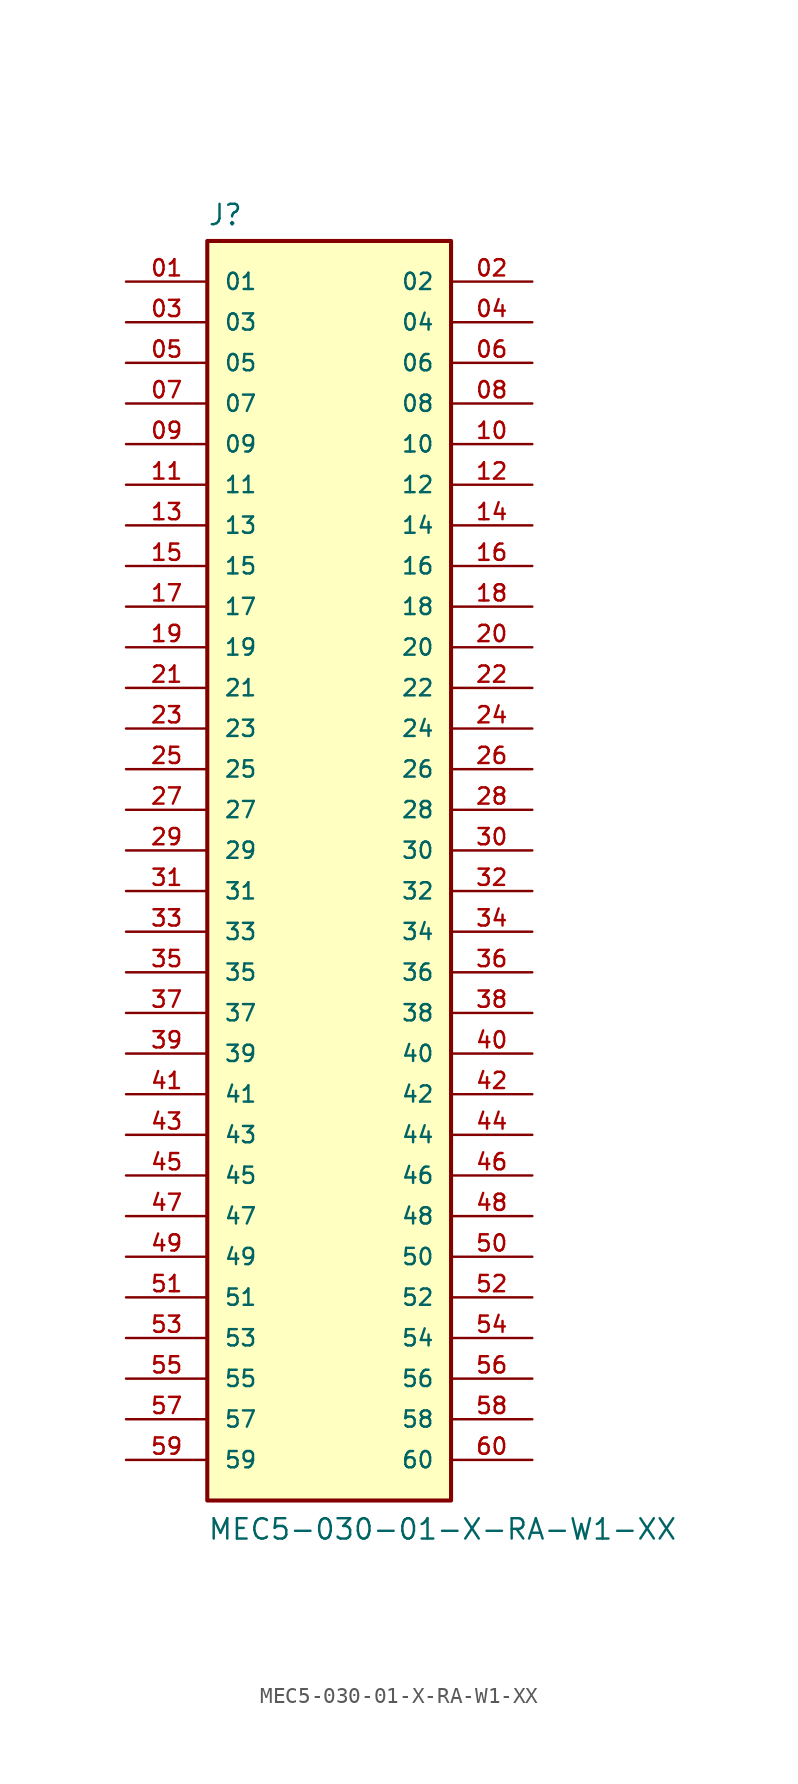
<source format=kicad_sym>
(kicad_symbol_lib
  (version 20211014)
  (generator kicad_symbol_editor)
  (symbol "MEC5-030-01-X-RA-W1-XX"
    (pin_names
      (offset 1.016))
    (property "Reference" "J"
      (at -7.62 41.529 0)
      (effects (font (size 1.27 1.27)) (justify bottom left)))
    (property "Value" "MEC5-030-01-X-RA-W1-XX"
      (at -7.62 -40.64 0)
      (effects (font (size 1.27 1.27)) (justify bottom left)))
    (symbol "MEC5-030-01-X-RA-W1-XX_0_0"
      (rectangle (start -7.62 -38.1) (end 7.62 40.64) (stroke (width 0.254)) (fill (type background)))
      (pin passive line (at -12.7 38.1 0) (length 5.08) (name "01" (effects (font (size 1.016 1.016)))) (number "01" (effects (font (size 1.016 1.016)))))
      (pin passive line (at 12.7 38.1 180.0) (length 5.08) (name "02" (effects (font (size 1.016 1.016)))) (number "02" (effects (font (size 1.016 1.016)))))
      (pin passive line (at -12.7 35.56 0) (length 5.08) (name "03" (effects (font (size 1.016 1.016)))) (number "03" (effects (font (size 1.016 1.016)))))
      (pin passive line (at 12.7 35.56 180.0) (length 5.08) (name "04" (effects (font (size 1.016 1.016)))) (number "04" (effects (font (size 1.016 1.016)))))
      (pin passive line (at -12.7 33.02 0) (length 5.08) (name "05" (effects (font (size 1.016 1.016)))) (number "05" (effects (font (size 1.016 1.016)))))
      (pin passive line (at 12.7 33.02 180.0) (length 5.08) (name "06" (effects (font (size 1.016 1.016)))) (number "06" (effects (font (size 1.016 1.016)))))
      (pin passive line (at -12.7 30.48 0) (length 5.08) (name "07" (effects (font (size 1.016 1.016)))) (number "07" (effects (font (size 1.016 1.016)))))
      (pin passive line (at 12.7 30.48 180.0) (length 5.08) (name "08" (effects (font (size 1.016 1.016)))) (number "08" (effects (font (size 1.016 1.016)))))
      (pin passive line (at -12.7 27.94 0) (length 5.08) (name "09" (effects (font (size 1.016 1.016)))) (number "09" (effects (font (size 1.016 1.016)))))
      (pin passive line (at 12.7 27.94 180.0) (length 5.08) (name "10" (effects (font (size 1.016 1.016)))) (number "10" (effects (font (size 1.016 1.016)))))
      (pin passive line (at -12.7 25.4 0) (length 5.08) (name "11" (effects (font (size 1.016 1.016)))) (number "11" (effects (font (size 1.016 1.016)))))
      (pin passive line (at 12.7 25.4 180.0) (length 5.08) (name "12" (effects (font (size 1.016 1.016)))) (number "12" (effects (font (size 1.016 1.016)))))
      (pin passive line (at -12.7 22.86 0) (length 5.08) (name "13" (effects (font (size 1.016 1.016)))) (number "13" (effects (font (size 1.016 1.016)))))
      (pin passive line (at 12.7 22.86 180.0) (length 5.08) (name "14" (effects (font (size 1.016 1.016)))) (number "14" (effects (font (size 1.016 1.016)))))
      (pin passive line (at -12.7 20.32 0) (length 5.08) (name "15" (effects (font (size 1.016 1.016)))) (number "15" (effects (font (size 1.016 1.016)))))
      (pin passive line (at 12.7 20.32 180.0) (length 5.08) (name "16" (effects (font (size 1.016 1.016)))) (number "16" (effects (font (size 1.016 1.016)))))
      (pin passive line (at -12.7 17.78 0) (length 5.08) (name "17" (effects (font (size 1.016 1.016)))) (number "17" (effects (font (size 1.016 1.016)))))
      (pin passive line (at 12.7 17.78 180.0) (length 5.08) (name "18" (effects (font (size 1.016 1.016)))) (number "18" (effects (font (size 1.016 1.016)))))
      (pin passive line (at -12.7 15.24 0) (length 5.08) (name "19" (effects (font (size 1.016 1.016)))) (number "19" (effects (font (size 1.016 1.016)))))
      (pin passive line (at 12.7 15.24 180.0) (length 5.08) (name "20" (effects (font (size 1.016 1.016)))) (number "20" (effects (font (size 1.016 1.016)))))
      (pin passive line (at -12.7 12.7 0) (length 5.08) (name "21" (effects (font (size 1.016 1.016)))) (number "21" (effects (font (size 1.016 1.016)))))
      (pin passive line (at 12.7 12.7 180.0) (length 5.08) (name "22" (effects (font (size 1.016 1.016)))) (number "22" (effects (font (size 1.016 1.016)))))
      (pin passive line (at -12.7 10.16 0) (length 5.08) (name "23" (effects (font (size 1.016 1.016)))) (number "23" (effects (font (size 1.016 1.016)))))
      (pin passive line (at 12.7 10.16 180.0) (length 5.08) (name "24" (effects (font (size 1.016 1.016)))) (number "24" (effects (font (size 1.016 1.016)))))
      (pin passive line (at -12.7 7.62 0) (length 5.08) (name "25" (effects (font (size 1.016 1.016)))) (number "25" (effects (font (size 1.016 1.016)))))
      (pin passive line (at 12.7 7.62 180.0) (length 5.08) (name "26" (effects (font (size 1.016 1.016)))) (number "26" (effects (font (size 1.016 1.016)))))
      (pin passive line (at -12.7 5.08 0) (length 5.08) (name "27" (effects (font (size 1.016 1.016)))) (number "27" (effects (font (size 1.016 1.016)))))
      (pin passive line (at 12.7 5.08 180.0) (length 5.08) (name "28" (effects (font (size 1.016 1.016)))) (number "28" (effects (font (size 1.016 1.016)))))
      (pin passive line (at -12.7 2.54 0) (length 5.08) (name "29" (effects (font (size 1.016 1.016)))) (number "29" (effects (font (size 1.016 1.016)))))
      (pin passive line (at 12.7 2.54 180.0) (length 5.08) (name "30" (effects (font (size 1.016 1.016)))) (number "30" (effects (font (size 1.016 1.016)))))
      (pin passive line (at -12.7 0.0 0) (length 5.08) (name "31" (effects (font (size 1.016 1.016)))) (number "31" (effects (font (size 1.016 1.016)))))
      (pin passive line (at 12.7 0.0 180.0) (length 5.08) (name "32" (effects (font (size 1.016 1.016)))) (number "32" (effects (font (size 1.016 1.016)))))
      (pin passive line (at -12.7 -2.54 0) (length 5.08) (name "33" (effects (font (size 1.016 1.016)))) (number "33" (effects (font (size 1.016 1.016)))))
      (pin passive line (at 12.7 -2.54 180.0) (length 5.08) (name "34" (effects (font (size 1.016 1.016)))) (number "34" (effects (font (size 1.016 1.016)))))
      (pin passive line (at -12.7 -5.08 0) (length 5.08) (name "35" (effects (font (size 1.016 1.016)))) (number "35" (effects (font (size 1.016 1.016)))))
      (pin passive line (at 12.7 -5.08 180.0) (length 5.08) (name "36" (effects (font (size 1.016 1.016)))) (number "36" (effects (font (size 1.016 1.016)))))
      (pin passive line (at -12.7 -7.62 0) (length 5.08) (name "37" (effects (font (size 1.016 1.016)))) (number "37" (effects (font (size 1.016 1.016)))))
      (pin passive line (at 12.7 -7.62 180.0) (length 5.08) (name "38" (effects (font (size 1.016 1.016)))) (number "38" (effects (font (size 1.016 1.016)))))
      (pin passive line (at -12.7 -10.16 0) (length 5.08) (name "39" (effects (font (size 1.016 1.016)))) (number "39" (effects (font (size 1.016 1.016)))))
      (pin passive line (at 12.7 -10.16 180.0) (length 5.08) (name "40" (effects (font (size 1.016 1.016)))) (number "40" (effects (font (size 1.016 1.016)))))
      (pin passive line (at -12.7 -12.7 0) (length 5.08) (name "41" (effects (font (size 1.016 1.016)))) (number "41" (effects (font (size 1.016 1.016)))))
      (pin passive line (at 12.7 -12.7 180.0) (length 5.08) (name "42" (effects (font (size 1.016 1.016)))) (number "42" (effects (font (size 1.016 1.016)))))
      (pin passive line (at -12.7 -15.24 0) (length 5.08) (name "43" (effects (font (size 1.016 1.016)))) (number "43" (effects (font (size 1.016 1.016)))))
      (pin passive line (at 12.7 -15.24 180.0) (length 5.08) (name "44" (effects (font (size 1.016 1.016)))) (number "44" (effects (font (size 1.016 1.016)))))
      (pin passive line (at -12.7 -17.78 0) (length 5.08) (name "45" (effects (font (size 1.016 1.016)))) (number "45" (effects (font (size 1.016 1.016)))))
      (pin passive line (at 12.7 -17.78 180.0) (length 5.08) (name "46" (effects (font (size 1.016 1.016)))) (number "46" (effects (font (size 1.016 1.016)))))
      (pin passive line (at -12.7 -20.32 0) (length 5.08) (name "47" (effects (font (size 1.016 1.016)))) (number "47" (effects (font (size 1.016 1.016)))))
      (pin passive line (at 12.7 -20.32 180.0) (length 5.08) (name "48" (effects (font (size 1.016 1.016)))) (number "48" (effects (font (size 1.016 1.016)))))
      (pin passive line (at -12.7 -22.86 0) (length 5.08) (name "49" (effects (font (size 1.016 1.016)))) (number "49" (effects (font (size 1.016 1.016)))))
      (pin passive line (at 12.7 -22.86 180.0) (length 5.08) (name "50" (effects (font (size 1.016 1.016)))) (number "50" (effects (font (size 1.016 1.016)))))
      (pin passive line (at -12.7 -25.4 0) (length 5.08) (name "51" (effects (font (size 1.016 1.016)))) (number "51" (effects (font (size 1.016 1.016)))))
      (pin passive line (at 12.7 -25.4 180.0) (length 5.08) (name "52" (effects (font (size 1.016 1.016)))) (number "52" (effects (font (size 1.016 1.016)))))
      (pin passive line (at -12.7 -27.94 0) (length 5.08) (name "53" (effects (font (size 1.016 1.016)))) (number "53" (effects (font (size 1.016 1.016)))))
      (pin passive line (at 12.7 -27.94 180.0) (length 5.08) (name "54" (effects (font (size 1.016 1.016)))) (number "54" (effects (font (size 1.016 1.016)))))
      (pin passive line (at -12.7 -30.48 0) (length 5.08) (name "55" (effects (font (size 1.016 1.016)))) (number "55" (effects (font (size 1.016 1.016)))))
      (pin passive line (at 12.7 -30.48 180.0) (length 5.08) (name "56" (effects (font (size 1.016 1.016)))) (number "56" (effects (font (size 1.016 1.016)))))
      (pin passive line (at -12.7 -33.02 0) (length 5.08) (name "57" (effects (font (size 1.016 1.016)))) (number "57" (effects (font (size 1.016 1.016)))))
      (pin passive line (at 12.7 -33.02 180.0) (length 5.08) (name "58" (effects (font (size 1.016 1.016)))) (number "58" (effects (font (size 1.016 1.016)))))
      (pin passive line (at -12.7 -35.56 0) (length 5.08) (name "59" (effects (font (size 1.016 1.016)))) (number "59" (effects (font (size 1.016 1.016)))))
      (pin passive line (at 12.7 -35.56 180.0) (length 5.08) (name "60" (effects (font (size 1.016 1.016)))) (number "60" (effects (font (size 1.016 1.016))))))))
</source>
